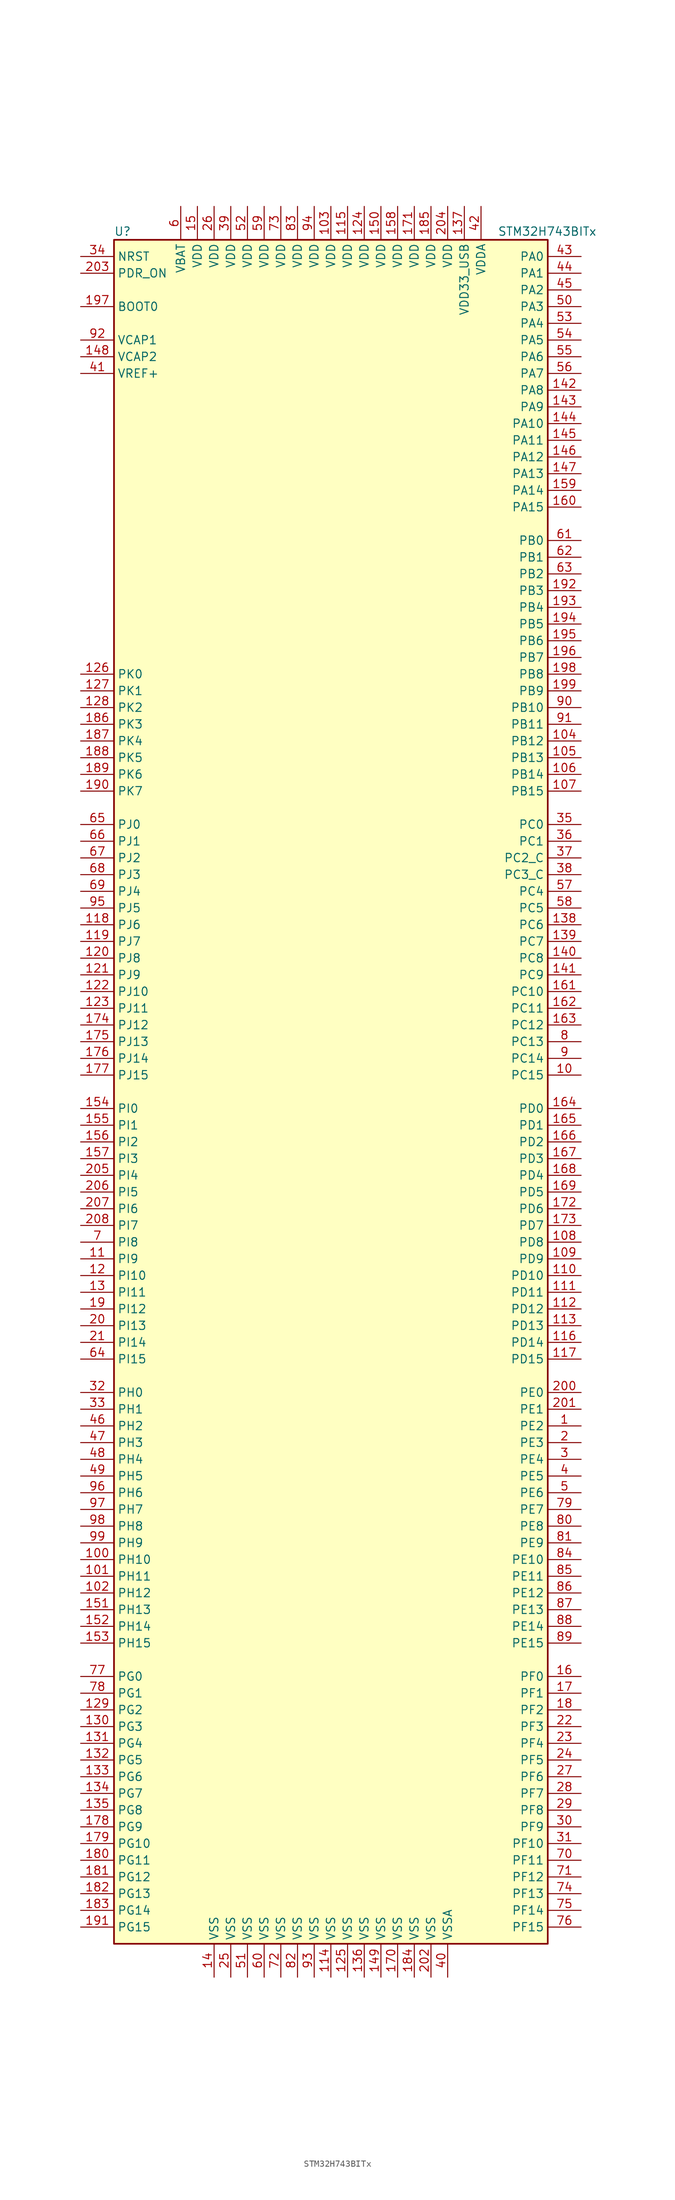
<source format=kicad_sym>
(kicad_symbol_lib
  (version 20211014)
  (generator kicad_symbol_editor)
  (symbol "STM32H743BITx"
    (property "Reference" "U"
      (at -33.02 130.81 0)
      (effects (font (size 1.27 1.27)) (justify left)))
    (property "Value" "STM32H743BITx"
      (at 25.4 130.81 0)
      (effects (font (size 1.27 1.27)) (justify left)))
    (symbol "STM32H743BITx_0_1"
      (rectangle (start -33.02 -129.54) (end 33.02 129.54) (stroke (width 0.254) (type default) (color 0 0 0 0)) (fill (type background))))
    (symbol "STM32H743BITx_1_1"
      (pin bidirectional line (at 38.1 -50.8 180) (length 5.08) (name "PE2" (effects (font (size 1.27 1.27)))) (number "1" (effects (font (size 1.27 1.27)))))
      (pin bidirectional line (at 38.1 2.54 180) (length 5.08) (name "PC15" (effects (font (size 1.27 1.27)))) (number "10" (effects (font (size 1.27 1.27)))))
      (pin bidirectional line (at -38.1 -71.12 0) (length 5.08) (name "PH10" (effects (font (size 1.27 1.27)))) (number "100" (effects (font (size 1.27 1.27)))))
      (pin bidirectional line (at -38.1 -73.66 0) (length 5.08) (name "PH11" (effects (font (size 1.27 1.27)))) (number "101" (effects (font (size 1.27 1.27)))))
      (pin bidirectional line (at -38.1 -76.2 0) (length 5.08) (name "PH12" (effects (font (size 1.27 1.27)))) (number "102" (effects (font (size 1.27 1.27)))))
      (pin power_in line (at 0 134.62 270) (length 5.08) (name "VDD" (effects (font (size 1.27 1.27)))) (number "103" (effects (font (size 1.27 1.27)))))
      (pin bidirectional line (at 38.1 53.34 180) (length 5.08) (name "PB12" (effects (font (size 1.27 1.27)))) (number "104" (effects (font (size 1.27 1.27)))))
      (pin bidirectional line (at 38.1 50.8 180) (length 5.08) (name "PB13" (effects (font (size 1.27 1.27)))) (number "105" (effects (font (size 1.27 1.27)))))
      (pin bidirectional line (at 38.1 48.26 180) (length 5.08) (name "PB14" (effects (font (size 1.27 1.27)))) (number "106" (effects (font (size 1.27 1.27)))))
      (pin bidirectional line (at 38.1 45.72 180) (length 5.08) (name "PB15" (effects (font (size 1.27 1.27)))) (number "107" (effects (font (size 1.27 1.27)))))
      (pin bidirectional line (at 38.1 -22.86 180) (length 5.08) (name "PD8" (effects (font (size 1.27 1.27)))) (number "108" (effects (font (size 1.27 1.27)))))
      (pin bidirectional line (at 38.1 -25.4 180) (length 5.08) (name "PD9" (effects (font (size 1.27 1.27)))) (number "109" (effects (font (size 1.27 1.27)))))
      (pin bidirectional line (at -38.1 -25.4 0) (length 5.08) (name "PI9" (effects (font (size 1.27 1.27)))) (number "11" (effects (font (size 1.27 1.27)))))
      (pin bidirectional line (at 38.1 -27.94 180) (length 5.08) (name "PD10" (effects (font (size 1.27 1.27)))) (number "110" (effects (font (size 1.27 1.27)))))
      (pin bidirectional line (at 38.1 -30.48 180) (length 5.08) (name "PD11" (effects (font (size 1.27 1.27)))) (number "111" (effects (font (size 1.27 1.27)))))
      (pin bidirectional line (at 38.1 -33.02 180) (length 5.08) (name "PD12" (effects (font (size 1.27 1.27)))) (number "112" (effects (font (size 1.27 1.27)))))
      (pin bidirectional line (at 38.1 -35.56 180) (length 5.08) (name "PD13" (effects (font (size 1.27 1.27)))) (number "113" (effects (font (size 1.27 1.27)))))
      (pin power_in line (at 0 -134.62 90) (length 5.08) (name "VSS" (effects (font (size 1.27 1.27)))) (number "114" (effects (font (size 1.27 1.27)))))
      (pin power_in line (at 2.54 134.62 270) (length 5.08) (name "VDD" (effects (font (size 1.27 1.27)))) (number "115" (effects (font (size 1.27 1.27)))))
      (pin bidirectional line (at 38.1 -38.1 180) (length 5.08) (name "PD14" (effects (font (size 1.27 1.27)))) (number "116" (effects (font (size 1.27 1.27)))))
      (pin bidirectional line (at 38.1 -40.64 180) (length 5.08) (name "PD15" (effects (font (size 1.27 1.27)))) (number "117" (effects (font (size 1.27 1.27)))))
      (pin bidirectional line (at -38.1 25.4 0) (length 5.08) (name "PJ6" (effects (font (size 1.27 1.27)))) (number "118" (effects (font (size 1.27 1.27)))))
      (pin bidirectional line (at -38.1 22.86 0) (length 5.08) (name "PJ7" (effects (font (size 1.27 1.27)))) (number "119" (effects (font (size 1.27 1.27)))))
      (pin bidirectional line (at -38.1 -27.94 0) (length 5.08) (name "PI10" (effects (font (size 1.27 1.27)))) (number "12" (effects (font (size 1.27 1.27)))))
      (pin bidirectional line (at -38.1 20.32 0) (length 5.08) (name "PJ8" (effects (font (size 1.27 1.27)))) (number "120" (effects (font (size 1.27 1.27)))))
      (pin bidirectional line (at -38.1 17.78 0) (length 5.08) (name "PJ9" (effects (font (size 1.27 1.27)))) (number "121" (effects (font (size 1.27 1.27)))))
      (pin bidirectional line (at -38.1 15.24 0) (length 5.08) (name "PJ10" (effects (font (size 1.27 1.27)))) (number "122" (effects (font (size 1.27 1.27)))))
      (pin bidirectional line (at -38.1 12.7 0) (length 5.08) (name "PJ11" (effects (font (size 1.27 1.27)))) (number "123" (effects (font (size 1.27 1.27)))))
      (pin power_in line (at 5.08 134.62 270) (length 5.08) (name "VDD" (effects (font (size 1.27 1.27)))) (number "124" (effects (font (size 1.27 1.27)))))
      (pin power_in line (at 2.54 -134.62 90) (length 5.08) (name "VSS" (effects (font (size 1.27 1.27)))) (number "125" (effects (font (size 1.27 1.27)))))
      (pin bidirectional line (at -38.1 63.5 0) (length 5.08) (name "PK0" (effects (font (size 1.27 1.27)))) (number "126" (effects (font (size 1.27 1.27)))))
      (pin bidirectional line (at -38.1 60.96 0) (length 5.08) (name "PK1" (effects (font (size 1.27 1.27)))) (number "127" (effects (font (size 1.27 1.27)))))
      (pin bidirectional line (at -38.1 58.42 0) (length 5.08) (name "PK2" (effects (font (size 1.27 1.27)))) (number "128" (effects (font (size 1.27 1.27)))))
      (pin bidirectional line (at -38.1 -93.98 0) (length 5.08) (name "PG2" (effects (font (size 1.27 1.27)))) (number "129" (effects (font (size 1.27 1.27)))))
      (pin bidirectional line (at -38.1 -30.48 0) (length 5.08) (name "PI11" (effects (font (size 1.27 1.27)))) (number "13" (effects (font (size 1.27 1.27)))))
      (pin bidirectional line (at -38.1 -96.52 0) (length 5.08) (name "PG3" (effects (font (size 1.27 1.27)))) (number "130" (effects (font (size 1.27 1.27)))))
      (pin bidirectional line (at -38.1 -99.06 0) (length 5.08) (name "PG4" (effects (font (size 1.27 1.27)))) (number "131" (effects (font (size 1.27 1.27)))))
      (pin bidirectional line (at -38.1 -101.6 0) (length 5.08) (name "PG5" (effects (font (size 1.27 1.27)))) (number "132" (effects (font (size 1.27 1.27)))))
      (pin bidirectional line (at -38.1 -104.14 0) (length 5.08) (name "PG6" (effects (font (size 1.27 1.27)))) (number "133" (effects (font (size 1.27 1.27)))))
      (pin bidirectional line (at -38.1 -106.68 0) (length 5.08) (name "PG7" (effects (font (size 1.27 1.27)))) (number "134" (effects (font (size 1.27 1.27)))))
      (pin bidirectional line (at -38.1 -109.22 0) (length 5.08) (name "PG8" (effects (font (size 1.27 1.27)))) (number "135" (effects (font (size 1.27 1.27)))))
      (pin power_in line (at 5.08 -134.62 90) (length 5.08) (name "VSS" (effects (font (size 1.27 1.27)))) (number "136" (effects (font (size 1.27 1.27)))))
      (pin power_in line (at 20.32 134.62 270) (length 5.08) (name "VDD33_USB" (effects (font (size 1.27 1.27)))) (number "137" (effects (font (size 1.27 1.27)))))
      (pin bidirectional line (at 38.1 25.4 180) (length 5.08) (name "PC6" (effects (font (size 1.27 1.27)))) (number "138" (effects (font (size 1.27 1.27)))))
      (pin bidirectional line (at 38.1 22.86 180) (length 5.08) (name "PC7" (effects (font (size 1.27 1.27)))) (number "139" (effects (font (size 1.27 1.27)))))
      (pin power_in line (at -17.78 -134.62 90) (length 5.08) (name "VSS" (effects (font (size 1.27 1.27)))) (number "14" (effects (font (size 1.27 1.27)))))
      (pin bidirectional line (at 38.1 20.32 180) (length 5.08) (name "PC8" (effects (font (size 1.27 1.27)))) (number "140" (effects (font (size 1.27 1.27)))))
      (pin bidirectional line (at 38.1 17.78 180) (length 5.08) (name "PC9" (effects (font (size 1.27 1.27)))) (number "141" (effects (font (size 1.27 1.27)))))
      (pin bidirectional line (at 38.1 106.68 180) (length 5.08) (name "PA8" (effects (font (size 1.27 1.27)))) (number "142" (effects (font (size 1.27 1.27)))))
      (pin bidirectional line (at 38.1 104.14 180) (length 5.08) (name "PA9" (effects (font (size 1.27 1.27)))) (number "143" (effects (font (size 1.27 1.27)))))
      (pin bidirectional line (at 38.1 101.6 180) (length 5.08) (name "PA10" (effects (font (size 1.27 1.27)))) (number "144" (effects (font (size 1.27 1.27)))))
      (pin bidirectional line (at 38.1 99.06 180) (length 5.08) (name "PA11" (effects (font (size 1.27 1.27)))) (number "145" (effects (font (size 1.27 1.27)))))
      (pin bidirectional line (at 38.1 96.52 180) (length 5.08) (name "PA12" (effects (font (size 1.27 1.27)))) (number "146" (effects (font (size 1.27 1.27)))))
      (pin bidirectional line (at 38.1 93.98 180) (length 5.08) (name "PA13" (effects (font (size 1.27 1.27)))) (number "147" (effects (font (size 1.27 1.27)))))
      (pin power_in line (at -38.1 111.76 0) (length 5.08) (name "VCAP2" (effects (font (size 1.27 1.27)))) (number "148" (effects (font (size 1.27 1.27)))))
      (pin power_in line (at 7.62 -134.62 90) (length 5.08) (name "VSS" (effects (font (size 1.27 1.27)))) (number "149" (effects (font (size 1.27 1.27)))))
      (pin power_in line (at -20.32 134.62 270) (length 5.08) (name "VDD" (effects (font (size 1.27 1.27)))) (number "15" (effects (font (size 1.27 1.27)))))
      (pin power_in line (at 7.62 134.62 270) (length 5.08) (name "VDD" (effects (font (size 1.27 1.27)))) (number "150" (effects (font (size 1.27 1.27)))))
      (pin bidirectional line (at -38.1 -78.74 0) (length 5.08) (name "PH13" (effects (font (size 1.27 1.27)))) (number "151" (effects (font (size 1.27 1.27)))))
      (pin bidirectional line (at -38.1 -81.28 0) (length 5.08) (name "PH14" (effects (font (size 1.27 1.27)))) (number "152" (effects (font (size 1.27 1.27)))))
      (pin bidirectional line (at -38.1 -83.82 0) (length 5.08) (name "PH15" (effects (font (size 1.27 1.27)))) (number "153" (effects (font (size 1.27 1.27)))))
      (pin bidirectional line (at -38.1 -2.54 0) (length 5.08) (name "PI0" (effects (font (size 1.27 1.27)))) (number "154" (effects (font (size 1.27 1.27)))))
      (pin bidirectional line (at -38.1 -5.08 0) (length 5.08) (name "PI1" (effects (font (size 1.27 1.27)))) (number "155" (effects (font (size 1.27 1.27)))))
      (pin bidirectional line (at -38.1 -7.62 0) (length 5.08) (name "PI2" (effects (font (size 1.27 1.27)))) (number "156" (effects (font (size 1.27 1.27)))))
      (pin bidirectional line (at -38.1 -10.16 0) (length 5.08) (name "PI3" (effects (font (size 1.27 1.27)))) (number "157" (effects (font (size 1.27 1.27)))))
      (pin power_in line (at 10.16 134.62 270) (length 5.08) (name "VDD" (effects (font (size 1.27 1.27)))) (number "158" (effects (font (size 1.27 1.27)))))
      (pin bidirectional line (at 38.1 91.44 180) (length 5.08) (name "PA14" (effects (font (size 1.27 1.27)))) (number "159" (effects (font (size 1.27 1.27)))))
      (pin bidirectional line (at 38.1 -88.9 180) (length 5.08) (name "PF0" (effects (font (size 1.27 1.27)))) (number "16" (effects (font (size 1.27 1.27)))))
      (pin bidirectional line (at 38.1 88.9 180) (length 5.08) (name "PA15" (effects (font (size 1.27 1.27)))) (number "160" (effects (font (size 1.27 1.27)))))
      (pin bidirectional line (at 38.1 15.24 180) (length 5.08) (name "PC10" (effects (font (size 1.27 1.27)))) (number "161" (effects (font (size 1.27 1.27)))))
      (pin bidirectional line (at 38.1 12.7 180) (length 5.08) (name "PC11" (effects (font (size 1.27 1.27)))) (number "162" (effects (font (size 1.27 1.27)))))
      (pin bidirectional line (at 38.1 10.16 180) (length 5.08) (name "PC12" (effects (font (size 1.27 1.27)))) (number "163" (effects (font (size 1.27 1.27)))))
      (pin bidirectional line (at 38.1 -2.54 180) (length 5.08) (name "PD0" (effects (font (size 1.27 1.27)))) (number "164" (effects (font (size 1.27 1.27)))))
      (pin bidirectional line (at 38.1 -5.08 180) (length 5.08) (name "PD1" (effects (font (size 1.27 1.27)))) (number "165" (effects (font (size 1.27 1.27)))))
      (pin bidirectional line (at 38.1 -7.62 180) (length 5.08) (name "PD2" (effects (font (size 1.27 1.27)))) (number "166" (effects (font (size 1.27 1.27)))))
      (pin bidirectional line (at 38.1 -10.16 180) (length 5.08) (name "PD3" (effects (font (size 1.27 1.27)))) (number "167" (effects (font (size 1.27 1.27)))))
      (pin bidirectional line (at 38.1 -12.7 180) (length 5.08) (name "PD4" (effects (font (size 1.27 1.27)))) (number "168" (effects (font (size 1.27 1.27)))))
      (pin bidirectional line (at 38.1 -15.24 180) (length 5.08) (name "PD5" (effects (font (size 1.27 1.27)))) (number "169" (effects (font (size 1.27 1.27)))))
      (pin bidirectional line (at 38.1 -91.44 180) (length 5.08) (name "PF1" (effects (font (size 1.27 1.27)))) (number "17" (effects (font (size 1.27 1.27)))))
      (pin power_in line (at 10.16 -134.62 90) (length 5.08) (name "VSS" (effects (font (size 1.27 1.27)))) (number "170" (effects (font (size 1.27 1.27)))))
      (pin power_in line (at 12.7 134.62 270) (length 5.08) (name "VDD" (effects (font (size 1.27 1.27)))) (number "171" (effects (font (size 1.27 1.27)))))
      (pin bidirectional line (at 38.1 -17.78 180) (length 5.08) (name "PD6" (effects (font (size 1.27 1.27)))) (number "172" (effects (font (size 1.27 1.27)))))
      (pin bidirectional line (at 38.1 -20.32 180) (length 5.08) (name "PD7" (effects (font (size 1.27 1.27)))) (number "173" (effects (font (size 1.27 1.27)))))
      (pin bidirectional line (at -38.1 10.16 0) (length 5.08) (name "PJ12" (effects (font (size 1.27 1.27)))) (number "174" (effects (font (size 1.27 1.27)))))
      (pin bidirectional line (at -38.1 7.62 0) (length 5.08) (name "PJ13" (effects (font (size 1.27 1.27)))) (number "175" (effects (font (size 1.27 1.27)))))
      (pin bidirectional line (at -38.1 5.08 0) (length 5.08) (name "PJ14" (effects (font (size 1.27 1.27)))) (number "176" (effects (font (size 1.27 1.27)))))
      (pin bidirectional line (at -38.1 2.54 0) (length 5.08) (name "PJ15" (effects (font (size 1.27 1.27)))) (number "177" (effects (font (size 1.27 1.27)))))
      (pin bidirectional line (at -38.1 -111.76 0) (length 5.08) (name "PG9" (effects (font (size 1.27 1.27)))) (number "178" (effects (font (size 1.27 1.27)))))
      (pin bidirectional line (at -38.1 -114.3 0) (length 5.08) (name "PG10" (effects (font (size 1.27 1.27)))) (number "179" (effects (font (size 1.27 1.27)))))
      (pin bidirectional line (at 38.1 -93.98 180) (length 5.08) (name "PF2" (effects (font (size 1.27 1.27)))) (number "18" (effects (font (size 1.27 1.27)))))
      (pin bidirectional line (at -38.1 -116.84 0) (length 5.08) (name "PG11" (effects (font (size 1.27 1.27)))) (number "180" (effects (font (size 1.27 1.27)))))
      (pin bidirectional line (at -38.1 -119.38 0) (length 5.08) (name "PG12" (effects (font (size 1.27 1.27)))) (number "181" (effects (font (size 1.27 1.27)))))
      (pin bidirectional line (at -38.1 -121.92 0) (length 5.08) (name "PG13" (effects (font (size 1.27 1.27)))) (number "182" (effects (font (size 1.27 1.27)))))
      (pin bidirectional line (at -38.1 -124.46 0) (length 5.08) (name "PG14" (effects (font (size 1.27 1.27)))) (number "183" (effects (font (size 1.27 1.27)))))
      (pin power_in line (at 12.7 -134.62 90) (length 5.08) (name "VSS" (effects (font (size 1.27 1.27)))) (number "184" (effects (font (size 1.27 1.27)))))
      (pin power_in line (at 15.24 134.62 270) (length 5.08) (name "VDD" (effects (font (size 1.27 1.27)))) (number "185" (effects (font (size 1.27 1.27)))))
      (pin bidirectional line (at -38.1 55.88 0) (length 5.08) (name "PK3" (effects (font (size 1.27 1.27)))) (number "186" (effects (font (size 1.27 1.27)))))
      (pin bidirectional line (at -38.1 53.34 0) (length 5.08) (name "PK4" (effects (font (size 1.27 1.27)))) (number "187" (effects (font (size 1.27 1.27)))))
      (pin bidirectional line (at -38.1 50.8 0) (length 5.08) (name "PK5" (effects (font (size 1.27 1.27)))) (number "188" (effects (font (size 1.27 1.27)))))
      (pin bidirectional line (at -38.1 48.26 0) (length 5.08) (name "PK6" (effects (font (size 1.27 1.27)))) (number "189" (effects (font (size 1.27 1.27)))))
      (pin bidirectional line (at -38.1 -33.02 0) (length 5.08) (name "PI12" (effects (font (size 1.27 1.27)))) (number "19" (effects (font (size 1.27 1.27)))))
      (pin bidirectional line (at -38.1 45.72 0) (length 5.08) (name "PK7" (effects (font (size 1.27 1.27)))) (number "190" (effects (font (size 1.27 1.27)))))
      (pin bidirectional line (at -38.1 -127 0) (length 5.08) (name "PG15" (effects (font (size 1.27 1.27)))) (number "191" (effects (font (size 1.27 1.27)))))
      (pin bidirectional line (at 38.1 76.2 180) (length 5.08) (name "PB3" (effects (font (size 1.27 1.27)))) (number "192" (effects (font (size 1.27 1.27)))))
      (pin bidirectional line (at 38.1 73.66 180) (length 5.08) (name "PB4" (effects (font (size 1.27 1.27)))) (number "193" (effects (font (size 1.27 1.27)))))
      (pin bidirectional line (at 38.1 71.12 180) (length 5.08) (name "PB5" (effects (font (size 1.27 1.27)))) (number "194" (effects (font (size 1.27 1.27)))))
      (pin bidirectional line (at 38.1 68.58 180) (length 5.08) (name "PB6" (effects (font (size 1.27 1.27)))) (number "195" (effects (font (size 1.27 1.27)))))
      (pin bidirectional line (at 38.1 66.04 180) (length 5.08) (name "PB7" (effects (font (size 1.27 1.27)))) (number "196" (effects (font (size 1.27 1.27)))))
      (pin input line (at -38.1 119.38 0) (length 5.08) (name "BOOT0" (effects (font (size 1.27 1.27)))) (number "197" (effects (font (size 1.27 1.27)))))
      (pin bidirectional line (at 38.1 63.5 180) (length 5.08) (name "PB8" (effects (font (size 1.27 1.27)))) (number "198" (effects (font (size 1.27 1.27)))))
      (pin bidirectional line (at 38.1 60.96 180) (length 5.08) (name "PB9" (effects (font (size 1.27 1.27)))) (number "199" (effects (font (size 1.27 1.27)))))
      (pin bidirectional line (at 38.1 -53.34 180) (length 5.08) (name "PE3" (effects (font (size 1.27 1.27)))) (number "2" (effects (font (size 1.27 1.27)))))
      (pin bidirectional line (at -38.1 -35.56 0) (length 5.08) (name "PI13" (effects (font (size 1.27 1.27)))) (number "20" (effects (font (size 1.27 1.27)))))
      (pin bidirectional line (at 38.1 -45.72 180) (length 5.08) (name "PE0" (effects (font (size 1.27 1.27)))) (number "200" (effects (font (size 1.27 1.27)))))
      (pin bidirectional line (at 38.1 -48.26 180) (length 5.08) (name "PE1" (effects (font (size 1.27 1.27)))) (number "201" (effects (font (size 1.27 1.27)))))
      (pin power_in line (at 15.24 -134.62 90) (length 5.08) (name "VSS" (effects (font (size 1.27 1.27)))) (number "202" (effects (font (size 1.27 1.27)))))
      (pin input line (at -38.1 124.46 0) (length 5.08) (name "PDR_ON" (effects (font (size 1.27 1.27)))) (number "203" (effects (font (size 1.27 1.27)))))
      (pin power_in line (at 17.78 134.62 270) (length 5.08) (name "VDD" (effects (font (size 1.27 1.27)))) (number "204" (effects (font (size 1.27 1.27)))))
      (pin bidirectional line (at -38.1 -12.7 0) (length 5.08) (name "PI4" (effects (font (size 1.27 1.27)))) (number "205" (effects (font (size 1.27 1.27)))))
      (pin bidirectional line (at -38.1 -15.24 0) (length 5.08) (name "PI5" (effects (font (size 1.27 1.27)))) (number "206" (effects (font (size 1.27 1.27)))))
      (pin bidirectional line (at -38.1 -17.78 0) (length 5.08) (name "PI6" (effects (font (size 1.27 1.27)))) (number "207" (effects (font (size 1.27 1.27)))))
      (pin bidirectional line (at -38.1 -20.32 0) (length 5.08) (name "PI7" (effects (font (size 1.27 1.27)))) (number "208" (effects (font (size 1.27 1.27)))))
      (pin bidirectional line (at -38.1 -38.1 0) (length 5.08) (name "PI14" (effects (font (size 1.27 1.27)))) (number "21" (effects (font (size 1.27 1.27)))))
      (pin bidirectional line (at 38.1 -96.52 180) (length 5.08) (name "PF3" (effects (font (size 1.27 1.27)))) (number "22" (effects (font (size 1.27 1.27)))))
      (pin bidirectional line (at 38.1 -99.06 180) (length 5.08) (name "PF4" (effects (font (size 1.27 1.27)))) (number "23" (effects (font (size 1.27 1.27)))))
      (pin bidirectional line (at 38.1 -101.6 180) (length 5.08) (name "PF5" (effects (font (size 1.27 1.27)))) (number "24" (effects (font (size 1.27 1.27)))))
      (pin power_in line (at -15.24 -134.62 90) (length 5.08) (name "VSS" (effects (font (size 1.27 1.27)))) (number "25" (effects (font (size 1.27 1.27)))))
      (pin power_in line (at -17.78 134.62 270) (length 5.08) (name "VDD" (effects (font (size 1.27 1.27)))) (number "26" (effects (font (size 1.27 1.27)))))
      (pin bidirectional line (at 38.1 -104.14 180) (length 5.08) (name "PF6" (effects (font (size 1.27 1.27)))) (number "27" (effects (font (size 1.27 1.27)))))
      (pin bidirectional line (at 38.1 -106.68 180) (length 5.08) (name "PF7" (effects (font (size 1.27 1.27)))) (number "28" (effects (font (size 1.27 1.27)))))
      (pin bidirectional line (at 38.1 -109.22 180) (length 5.08) (name "PF8" (effects (font (size 1.27 1.27)))) (number "29" (effects (font (size 1.27 1.27)))))
      (pin bidirectional line (at 38.1 -55.88 180) (length 5.08) (name "PE4" (effects (font (size 1.27 1.27)))) (number "3" (effects (font (size 1.27 1.27)))))
      (pin bidirectional line (at 38.1 -111.76 180) (length 5.08) (name "PF9" (effects (font (size 1.27 1.27)))) (number "30" (effects (font (size 1.27 1.27)))))
      (pin bidirectional line (at 38.1 -114.3 180) (length 5.08) (name "PF10" (effects (font (size 1.27 1.27)))) (number "31" (effects (font (size 1.27 1.27)))))
      (pin input line (at -38.1 -45.72 0) (length 5.08) (name "PH0" (effects (font (size 1.27 1.27)))) (number "32" (effects (font (size 1.27 1.27)))))
      (pin input line (at -38.1 -48.26 0) (length 5.08) (name "PH1" (effects (font (size 1.27 1.27)))) (number "33" (effects (font (size 1.27 1.27)))))
      (pin input line (at -38.1 127 0) (length 5.08) (name "NRST" (effects (font (size 1.27 1.27)))) (number "34" (effects (font (size 1.27 1.27)))))
      (pin bidirectional line (at 38.1 40.64 180) (length 5.08) (name "PC0" (effects (font (size 1.27 1.27)))) (number "35" (effects (font (size 1.27 1.27)))))
      (pin bidirectional line (at 38.1 38.1 180) (length 5.08) (name "PC1" (effects (font (size 1.27 1.27)))) (number "36" (effects (font (size 1.27 1.27)))))
      (pin bidirectional line (at 38.1 35.56 180) (length 5.08) (name "PC2_C" (effects (font (size 1.27 1.27)))) (number "37" (effects (font (size 1.27 1.27)))))
      (pin bidirectional line (at 38.1 33.02 180) (length 5.08) (name "PC3_C" (effects (font (size 1.27 1.27)))) (number "38" (effects (font (size 1.27 1.27)))))
      (pin power_in line (at -15.24 134.62 270) (length 5.08) (name "VDD" (effects (font (size 1.27 1.27)))) (number "39" (effects (font (size 1.27 1.27)))))
      (pin bidirectional line (at 38.1 -58.42 180) (length 5.08) (name "PE5" (effects (font (size 1.27 1.27)))) (number "4" (effects (font (size 1.27 1.27)))))
      (pin power_in line (at 17.78 -134.62 90) (length 5.08) (name "VSSA" (effects (font (size 1.27 1.27)))) (number "40" (effects (font (size 1.27 1.27)))))
      (pin bidirectional line (at -38.1 109.22 0) (length 5.08) (name "VREF+" (effects (font (size 1.27 1.27)))) (number "41" (effects (font (size 1.27 1.27)))))
      (pin power_in line (at 22.86 134.62 270) (length 5.08) (name "VDDA" (effects (font (size 1.27 1.27)))) (number "42" (effects (font (size 1.27 1.27)))))
      (pin bidirectional line (at 38.1 127 180) (length 5.08) (name "PA0" (effects (font (size 1.27 1.27)))) (number "43" (effects (font (size 1.27 1.27)))))
      (pin bidirectional line (at 38.1 124.46 180) (length 5.08) (name "PA1" (effects (font (size 1.27 1.27)))) (number "44" (effects (font (size 1.27 1.27)))))
      (pin bidirectional line (at 38.1 121.92 180) (length 5.08) (name "PA2" (effects (font (size 1.27 1.27)))) (number "45" (effects (font (size 1.27 1.27)))))
      (pin bidirectional line (at -38.1 -50.8 0) (length 5.08) (name "PH2" (effects (font (size 1.27 1.27)))) (number "46" (effects (font (size 1.27 1.27)))))
      (pin bidirectional line (at -38.1 -53.34 0) (length 5.08) (name "PH3" (effects (font (size 1.27 1.27)))) (number "47" (effects (font (size 1.27 1.27)))))
      (pin bidirectional line (at -38.1 -55.88 0) (length 5.08) (name "PH4" (effects (font (size 1.27 1.27)))) (number "48" (effects (font (size 1.27 1.27)))))
      (pin bidirectional line (at -38.1 -58.42 0) (length 5.08) (name "PH5" (effects (font (size 1.27 1.27)))) (number "49" (effects (font (size 1.27 1.27)))))
      (pin bidirectional line (at 38.1 -60.96 180) (length 5.08) (name "PE6" (effects (font (size 1.27 1.27)))) (number "5" (effects (font (size 1.27 1.27)))))
      (pin bidirectional line (at 38.1 119.38 180) (length 5.08) (name "PA3" (effects (font (size 1.27 1.27)))) (number "50" (effects (font (size 1.27 1.27)))))
      (pin power_in line (at -12.7 -134.62 90) (length 5.08) (name "VSS" (effects (font (size 1.27 1.27)))) (number "51" (effects (font (size 1.27 1.27)))))
      (pin power_in line (at -12.7 134.62 270) (length 5.08) (name "VDD" (effects (font (size 1.27 1.27)))) (number "52" (effects (font (size 1.27 1.27)))))
      (pin bidirectional line (at 38.1 116.84 180) (length 5.08) (name "PA4" (effects (font (size 1.27 1.27)))) (number "53" (effects (font (size 1.27 1.27)))))
      (pin bidirectional line (at 38.1 114.3 180) (length 5.08) (name "PA5" (effects (font (size 1.27 1.27)))) (number "54" (effects (font (size 1.27 1.27)))))
      (pin bidirectional line (at 38.1 111.76 180) (length 5.08) (name "PA6" (effects (font (size 1.27 1.27)))) (number "55" (effects (font (size 1.27 1.27)))))
      (pin bidirectional line (at 38.1 109.22 180) (length 5.08) (name "PA7" (effects (font (size 1.27 1.27)))) (number "56" (effects (font (size 1.27 1.27)))))
      (pin bidirectional line (at 38.1 30.48 180) (length 5.08) (name "PC4" (effects (font (size 1.27 1.27)))) (number "57" (effects (font (size 1.27 1.27)))))
      (pin bidirectional line (at 38.1 27.94 180) (length 5.08) (name "PC5" (effects (font (size 1.27 1.27)))) (number "58" (effects (font (size 1.27 1.27)))))
      (pin power_in line (at -10.16 134.62 270) (length 5.08) (name "VDD" (effects (font (size 1.27 1.27)))) (number "59" (effects (font (size 1.27 1.27)))))
      (pin power_in line (at -22.86 134.62 270) (length 5.08) (name "VBAT" (effects (font (size 1.27 1.27)))) (number "6" (effects (font (size 1.27 1.27)))))
      (pin power_in line (at -10.16 -134.62 90) (length 5.08) (name "VSS" (effects (font (size 1.27 1.27)))) (number "60" (effects (font (size 1.27 1.27)))))
      (pin bidirectional line (at 38.1 83.82 180) (length 5.08) (name "PB0" (effects (font (size 1.27 1.27)))) (number "61" (effects (font (size 1.27 1.27)))))
      (pin bidirectional line (at 38.1 81.28 180) (length 5.08) (name "PB1" (effects (font (size 1.27 1.27)))) (number "62" (effects (font (size 1.27 1.27)))))
      (pin bidirectional line (at 38.1 78.74 180) (length 5.08) (name "PB2" (effects (font (size 1.27 1.27)))) (number "63" (effects (font (size 1.27 1.27)))))
      (pin bidirectional line (at -38.1 -40.64 0) (length 5.08) (name "PI15" (effects (font (size 1.27 1.27)))) (number "64" (effects (font (size 1.27 1.27)))))
      (pin bidirectional line (at -38.1 40.64 0) (length 5.08) (name "PJ0" (effects (font (size 1.27 1.27)))) (number "65" (effects (font (size 1.27 1.27)))))
      (pin bidirectional line (at -38.1 38.1 0) (length 5.08) (name "PJ1" (effects (font (size 1.27 1.27)))) (number "66" (effects (font (size 1.27 1.27)))))
      (pin bidirectional line (at -38.1 35.56 0) (length 5.08) (name "PJ2" (effects (font (size 1.27 1.27)))) (number "67" (effects (font (size 1.27 1.27)))))
      (pin bidirectional line (at -38.1 33.02 0) (length 5.08) (name "PJ3" (effects (font (size 1.27 1.27)))) (number "68" (effects (font (size 1.27 1.27)))))
      (pin bidirectional line (at -38.1 30.48 0) (length 5.08) (name "PJ4" (effects (font (size 1.27 1.27)))) (number "69" (effects (font (size 1.27 1.27)))))
      (pin bidirectional line (at -38.1 -22.86 0) (length 5.08) (name "PI8" (effects (font (size 1.27 1.27)))) (number "7" (effects (font (size 1.27 1.27)))))
      (pin bidirectional line (at 38.1 -116.84 180) (length 5.08) (name "PF11" (effects (font (size 1.27 1.27)))) (number "70" (effects (font (size 1.27 1.27)))))
      (pin bidirectional line (at 38.1 -119.38 180) (length 5.08) (name "PF12" (effects (font (size 1.27 1.27)))) (number "71" (effects (font (size 1.27 1.27)))))
      (pin power_in line (at -7.62 -134.62 90) (length 5.08) (name "VSS" (effects (font (size 1.27 1.27)))) (number "72" (effects (font (size 1.27 1.27)))))
      (pin power_in line (at -7.62 134.62 270) (length 5.08) (name "VDD" (effects (font (size 1.27 1.27)))) (number "73" (effects (font (size 1.27 1.27)))))
      (pin bidirectional line (at 38.1 -121.92 180) (length 5.08) (name "PF13" (effects (font (size 1.27 1.27)))) (number "74" (effects (font (size 1.27 1.27)))))
      (pin bidirectional line (at 38.1 -124.46 180) (length 5.08) (name "PF14" (effects (font (size 1.27 1.27)))) (number "75" (effects (font (size 1.27 1.27)))))
      (pin bidirectional line (at 38.1 -127 180) (length 5.08) (name "PF15" (effects (font (size 1.27 1.27)))) (number "76" (effects (font (size 1.27 1.27)))))
      (pin bidirectional line (at -38.1 -88.9 0) (length 5.08) (name "PG0" (effects (font (size 1.27 1.27)))) (number "77" (effects (font (size 1.27 1.27)))))
      (pin bidirectional line (at -38.1 -91.44 0) (length 5.08) (name "PG1" (effects (font (size 1.27 1.27)))) (number "78" (effects (font (size 1.27 1.27)))))
      (pin bidirectional line (at 38.1 -63.5 180) (length 5.08) (name "PE7" (effects (font (size 1.27 1.27)))) (number "79" (effects (font (size 1.27 1.27)))))
      (pin bidirectional line (at 38.1 7.62 180) (length 5.08) (name "PC13" (effects (font (size 1.27 1.27)))) (number "8" (effects (font (size 1.27 1.27)))))
      (pin bidirectional line (at 38.1 -66.04 180) (length 5.08) (name "PE8" (effects (font (size 1.27 1.27)))) (number "80" (effects (font (size 1.27 1.27)))))
      (pin bidirectional line (at 38.1 -68.58 180) (length 5.08) (name "PE9" (effects (font (size 1.27 1.27)))) (number "81" (effects (font (size 1.27 1.27)))))
      (pin power_in line (at -5.08 -134.62 90) (length 5.08) (name "VSS" (effects (font (size 1.27 1.27)))) (number "82" (effects (font (size 1.27 1.27)))))
      (pin power_in line (at -5.08 134.62 270) (length 5.08) (name "VDD" (effects (font (size 1.27 1.27)))) (number "83" (effects (font (size 1.27 1.27)))))
      (pin bidirectional line (at 38.1 -71.12 180) (length 5.08) (name "PE10" (effects (font (size 1.27 1.27)))) (number "84" (effects (font (size 1.27 1.27)))))
      (pin bidirectional line (at 38.1 -73.66 180) (length 5.08) (name "PE11" (effects (font (size 1.27 1.27)))) (number "85" (effects (font (size 1.27 1.27)))))
      (pin bidirectional line (at 38.1 -76.2 180) (length 5.08) (name "PE12" (effects (font (size 1.27 1.27)))) (number "86" (effects (font (size 1.27 1.27)))))
      (pin bidirectional line (at 38.1 -78.74 180) (length 5.08) (name "PE13" (effects (font (size 1.27 1.27)))) (number "87" (effects (font (size 1.27 1.27)))))
      (pin bidirectional line (at 38.1 -81.28 180) (length 5.08) (name "PE14" (effects (font (size 1.27 1.27)))) (number "88" (effects (font (size 1.27 1.27)))))
      (pin bidirectional line (at 38.1 -83.82 180) (length 5.08) (name "PE15" (effects (font (size 1.27 1.27)))) (number "89" (effects (font (size 1.27 1.27)))))
      (pin bidirectional line (at 38.1 5.08 180) (length 5.08) (name "PC14" (effects (font (size 1.27 1.27)))) (number "9" (effects (font (size 1.27 1.27)))))
      (pin bidirectional line (at 38.1 58.42 180) (length 5.08) (name "PB10" (effects (font (size 1.27 1.27)))) (number "90" (effects (font (size 1.27 1.27)))))
      (pin bidirectional line (at 38.1 55.88 180) (length 5.08) (name "PB11" (effects (font (size 1.27 1.27)))) (number "91" (effects (font (size 1.27 1.27)))))
      (pin power_in line (at -38.1 114.3 0) (length 5.08) (name "VCAP1" (effects (font (size 1.27 1.27)))) (number "92" (effects (font (size 1.27 1.27)))))
      (pin power_in line (at -2.54 -134.62 90) (length 5.08) (name "VSS" (effects (font (size 1.27 1.27)))) (number "93" (effects (font (size 1.27 1.27)))))
      (pin power_in line (at -2.54 134.62 270) (length 5.08) (name "VDD" (effects (font (size 1.27 1.27)))) (number "94" (effects (font (size 1.27 1.27)))))
      (pin bidirectional line (at -38.1 27.94 0) (length 5.08) (name "PJ5" (effects (font (size 1.27 1.27)))) (number "95" (effects (font (size 1.27 1.27)))))
      (pin bidirectional line (at -38.1 -60.96 0) (length 5.08) (name "PH6" (effects (font (size 1.27 1.27)))) (number "96" (effects (font (size 1.27 1.27)))))
      (pin bidirectional line (at -38.1 -63.5 0) (length 5.08) (name "PH7" (effects (font (size 1.27 1.27)))) (number "97" (effects (font (size 1.27 1.27)))))
      (pin bidirectional line (at -38.1 -66.04 0) (length 5.08) (name "PH8" (effects (font (size 1.27 1.27)))) (number "98" (effects (font (size 1.27 1.27)))))
      (pin bidirectional line (at -38.1 -68.58 0) (length 5.08) (name "PH9" (effects (font (size 1.27 1.27)))) (number "99" (effects (font (size 1.27 1.27))))))))
</source>
